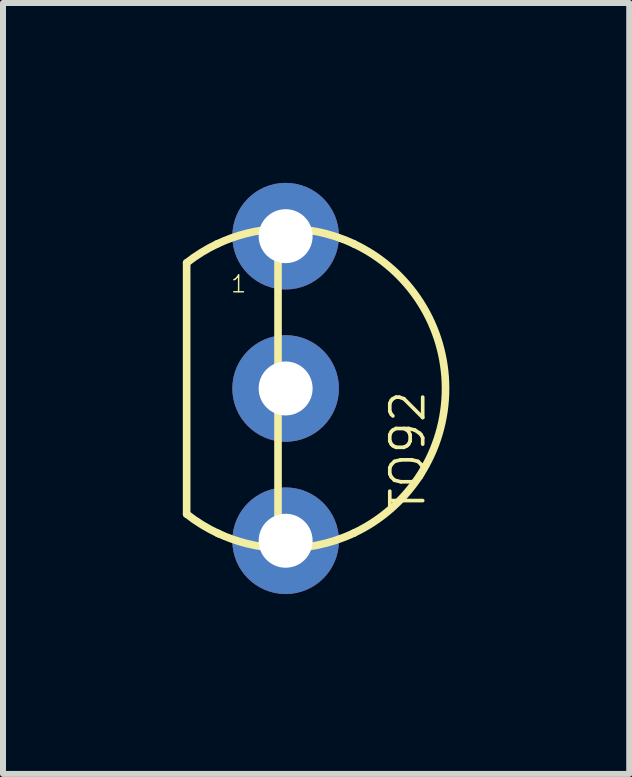
<source format=kicad_pcb>
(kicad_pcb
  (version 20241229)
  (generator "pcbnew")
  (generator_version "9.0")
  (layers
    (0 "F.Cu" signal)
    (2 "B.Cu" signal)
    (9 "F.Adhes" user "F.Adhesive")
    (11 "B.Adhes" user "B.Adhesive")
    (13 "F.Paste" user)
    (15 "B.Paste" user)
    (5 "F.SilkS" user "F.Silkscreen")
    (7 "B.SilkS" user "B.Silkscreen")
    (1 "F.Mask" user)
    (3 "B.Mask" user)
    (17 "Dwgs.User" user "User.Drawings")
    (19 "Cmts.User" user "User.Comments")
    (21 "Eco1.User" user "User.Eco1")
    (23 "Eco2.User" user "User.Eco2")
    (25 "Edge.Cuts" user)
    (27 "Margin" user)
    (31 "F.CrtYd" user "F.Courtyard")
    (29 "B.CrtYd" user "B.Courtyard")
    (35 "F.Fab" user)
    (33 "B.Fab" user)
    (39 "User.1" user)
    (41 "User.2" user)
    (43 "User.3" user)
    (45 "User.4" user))
  (footprint "TO92"
    (layer "F.Cu")
    (at 1.714 3.429)
    (property "Reference" "TO92" (at 1.714 0 90) (layer "F.SilkS") (effects (font (size 0.549 0.549) (thickness 0.061)) (justify right top)))
    (fp_line (start -1.651 -2.095) (end -1.651 2.095) (stroke (width 0.127) (type solid)) (layer "F.SilkS"))
    (fp_line (start -0.127 2.664) (end -0.127 -2.664) (stroke (width 0.127) (type solid)) (layer "F.SilkS"))
    (fp_arc (start -1.651 -2.095) (mid -1.40252 -2.268918) (end -1.1359 -2.4135) (stroke (width 0.127) (type solid)) (layer "F.SilkS"))
    (fp_arc (start -1.1359 -2.413) (mid -0.643799 -2.588137) (end -0.127 -2.664) (stroke (width 0.127) (type solid)) (layer "F.SilkS"))
    (fp_arc (start -1.1118 2.4247) (mid -1.391201 2.275878) (end -1.651 2.095) (stroke (width 0.127) (type solid)) (layer "F.SilkS"))
    (fp_arc (start -0.127 -2.664) (mid 0.519825 -2.615858) (end 1.1359 -2.413) (stroke (width 0.127) (type solid)) (layer "F.SilkS"))
    (fp_arc (start -0.127 2.664) (mid -0.643799 2.588137) (end -1.1359 2.413) (stroke (width 0.127) (type solid)) (layer "F.SilkS"))
    (fp_arc (start 1.1359 -2.413) (mid 2.666986 -0.000001) (end 1.135901 2.412999) (stroke (width 0.127) (type solid)) (layer "F.SilkS"))
    (fp_arc (start 1.1359 2.413) (mid 0.519825 2.615858) (end -0.127 2.664) (stroke (width 0.127) (type solid)) (layer "F.SilkS"))
    (fp_text user "1" (at -0.635 -1.905 0) (layer "F.SilkS") (effects (font (size 0.28 0.28) (thickness 0.024)) (justify right top)))
    (pad "1" thru_hole circle (at 0 -2.54 270) (size 1.778 1.778) (drill 0.9) (layers "*.Cu" "*.Mask"))
    (pad "2" thru_hole circle (at 0 0 270) (size 1.778 1.778) (drill 0.9) (layers "*.Cu" "*.Mask"))
    (pad "3" thru_hole circle (at 0 2.54 270) (size 1.778 1.778) (drill 0.9) (layers "*.Cu" "*.Mask")))
  (gr_rect
    (start -3 -3)
    (end 7.445 9.858)
    (stroke (width 0.1) (type default))
    (fill no)
    (layer "Edge.Cuts")))
</source>
